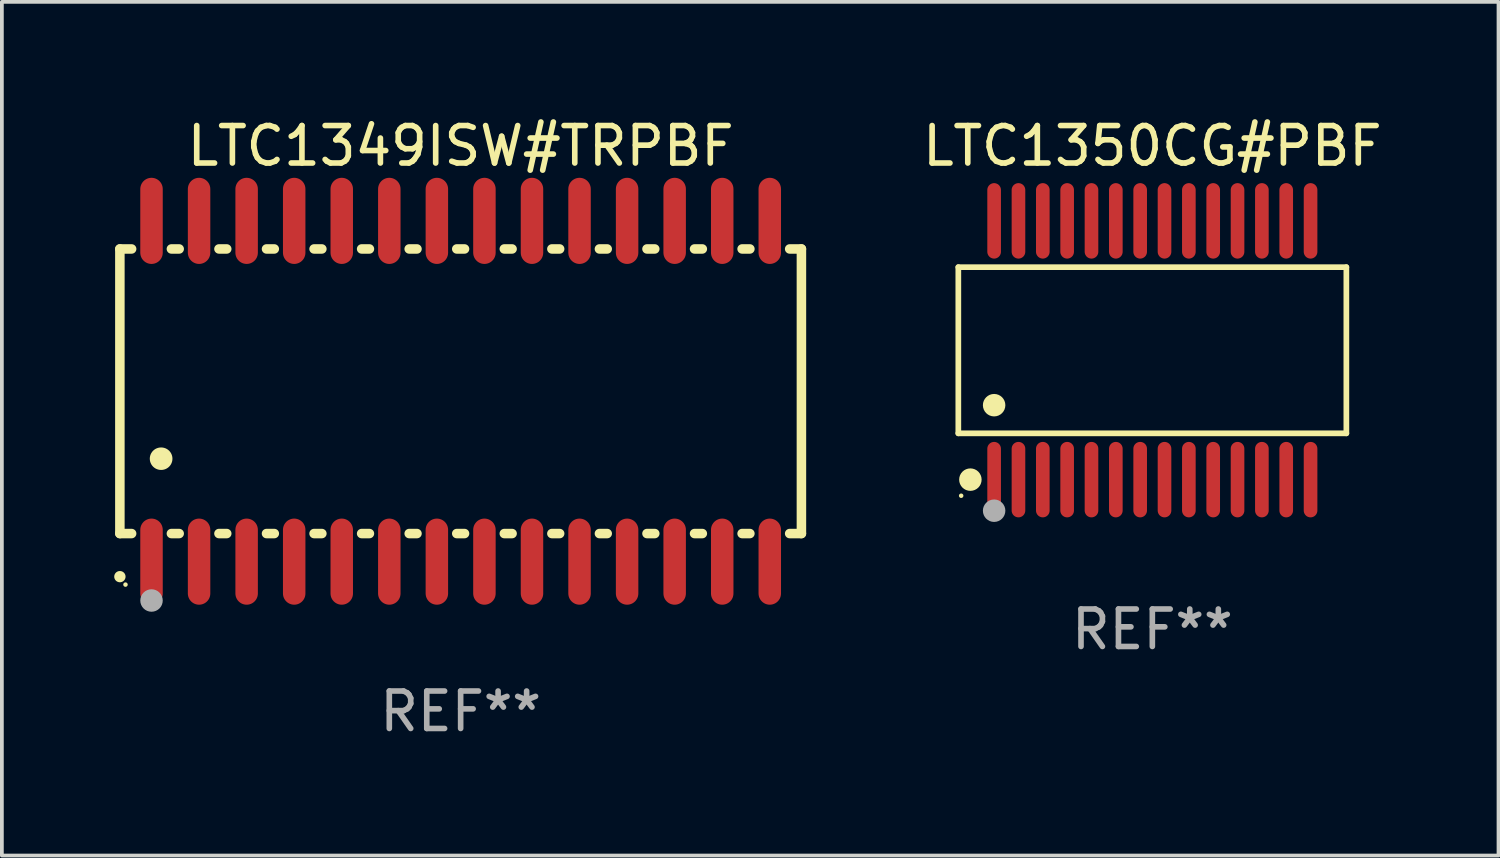
<source format=kicad_pcb>
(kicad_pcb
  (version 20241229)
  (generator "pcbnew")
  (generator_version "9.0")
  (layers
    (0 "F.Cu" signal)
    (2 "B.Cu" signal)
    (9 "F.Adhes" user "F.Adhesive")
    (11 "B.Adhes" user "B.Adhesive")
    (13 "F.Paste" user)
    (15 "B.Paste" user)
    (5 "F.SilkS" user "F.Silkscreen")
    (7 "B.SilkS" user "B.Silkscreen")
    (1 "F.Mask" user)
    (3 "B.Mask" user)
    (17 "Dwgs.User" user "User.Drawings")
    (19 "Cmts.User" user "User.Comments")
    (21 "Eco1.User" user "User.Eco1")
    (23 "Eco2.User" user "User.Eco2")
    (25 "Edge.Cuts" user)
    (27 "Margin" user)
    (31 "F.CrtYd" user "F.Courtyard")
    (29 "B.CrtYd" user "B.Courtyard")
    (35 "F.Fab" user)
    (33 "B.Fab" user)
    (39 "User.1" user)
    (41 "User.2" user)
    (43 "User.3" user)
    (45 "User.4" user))
  (footprint "LTC1349ISW#TRPBF"
    (layer "F.Cu")
    (at 9.251 7.398)
    (property "Reference" "LTC1349ISW#TRPBF" (at 0 -6.55 0) (layer "F.SilkS") (effects (font (size 1 1) (thickness 0.15))))
    (attr through_hole)
    (fp_line (start -9.1 -3.8) (end -9.1 3.8) (stroke (width 0.254) (type solid)) (layer "F.SilkS"))
    (fp_line (start -9.1 -3.8) (end -8.786 -3.8) (stroke (width 0.254) (type solid)) (layer "F.SilkS"))
    (fp_line (start -9.1 3.8) (end -8.786 3.8) (stroke (width 0.254) (type solid)) (layer "F.SilkS"))
    (fp_line (start -7.724 -3.8) (end -7.516 -3.8) (stroke (width 0.254) (type solid)) (layer "F.SilkS"))
    (fp_line (start -7.724 3.8) (end -7.516 3.8) (stroke (width 0.254) (type solid)) (layer "F.SilkS"))
    (fp_line (start -6.454 -3.8) (end -6.246 -3.8) (stroke (width 0.254) (type solid)) (layer "F.SilkS"))
    (fp_line (start -6.454 3.8) (end -6.246 3.8) (stroke (width 0.254) (type solid)) (layer "F.SilkS"))
    (fp_line (start -5.184 -3.8) (end -4.976 -3.8) (stroke (width 0.254) (type solid)) (layer "F.SilkS"))
    (fp_line (start -5.184 3.8) (end -4.976 3.8) (stroke (width 0.254) (type solid)) (layer "F.SilkS"))
    (fp_line (start -3.914 -3.8) (end -3.706 -3.8) (stroke (width 0.254) (type solid)) (layer "F.SilkS"))
    (fp_line (start -3.914 3.8) (end -3.706 3.8) (stroke (width 0.254) (type solid)) (layer "F.SilkS"))
    (fp_line (start -2.644 -3.8) (end -2.436 -3.8) (stroke (width 0.254) (type solid)) (layer "F.SilkS"))
    (fp_line (start -2.644 3.8) (end -2.436 3.8) (stroke (width 0.254) (type solid)) (layer "F.SilkS"))
    (fp_line (start -1.374 -3.8) (end -1.166 -3.8) (stroke (width 0.254) (type solid)) (layer "F.SilkS"))
    (fp_line (start -1.374 3.8) (end -1.166 3.8) (stroke (width 0.254) (type solid)) (layer "F.SilkS"))
    (fp_line (start -0.104 -3.8) (end 0.104 -3.8) (stroke (width 0.254) (type solid)) (layer "F.SilkS"))
    (fp_line (start -0.104 3.8) (end 0.104 3.8) (stroke (width 0.254) (type solid)) (layer "F.SilkS"))
    (fp_line (start 1.166 -3.8) (end 1.374 -3.8) (stroke (width 0.254) (type solid)) (layer "F.SilkS"))
    (fp_line (start 1.166 3.8) (end 1.374 3.8) (stroke (width 0.254) (type solid)) (layer "F.SilkS"))
    (fp_line (start 2.436 -3.8) (end 2.644 -3.8) (stroke (width 0.254) (type solid)) (layer "F.SilkS"))
    (fp_line (start 2.436 3.8) (end 2.644 3.8) (stroke (width 0.254) (type solid)) (layer "F.SilkS"))
    (fp_line (start 3.706 -3.8) (end 3.914 -3.8) (stroke (width 0.254) (type solid)) (layer "F.SilkS"))
    (fp_line (start 3.706 3.8) (end 3.914 3.8) (stroke (width 0.254) (type solid)) (layer "F.SilkS"))
    (fp_line (start 4.976 -3.8) (end 5.184 -3.8) (stroke (width 0.254) (type solid)) (layer "F.SilkS"))
    (fp_line (start 4.976 3.8) (end 5.184 3.8) (stroke (width 0.254) (type solid)) (layer "F.SilkS"))
    (fp_line (start 6.246 -3.8) (end 6.454 -3.8) (stroke (width 0.254) (type solid)) (layer "F.SilkS"))
    (fp_line (start 6.246 3.8) (end 6.454 3.8) (stroke (width 0.254) (type solid)) (layer "F.SilkS"))
    (fp_line (start 7.516 -3.8) (end 7.724 -3.8) (stroke (width 0.254) (type solid)) (layer "F.SilkS"))
    (fp_line (start 7.516 3.8) (end 7.724 3.8) (stroke (width 0.254) (type solid)) (layer "F.SilkS"))
    (fp_line (start 8.786 -3.8) (end 9.1 -3.8) (stroke (width 0.254) (type solid)) (layer "F.SilkS"))
    (fp_line (start 8.786 3.8) (end 9.1 3.8) (stroke (width 0.254) (type solid)) (layer "F.SilkS"))
    (fp_line (start 9.1 -3.8) (end 9.1 3.8) (stroke (width 0.254) (type solid)) (layer "F.SilkS"))
    (fp_arc (start -9.100864 4.95047) (mid -9.099594 4.950465) (end -9.098324 4.95047) (stroke (width 0.3) (type solid)) (layer "F.SilkS"))
    (fp_arc (start -8.001041 1.800864) (mid -7.998501 1.800853) (end -7.995961 1.800864) (stroke (width 0.6) (type solid)) (layer "F.SilkS"))
    (fp_circle (center -8.95 5.163) (end -8.92 5.163) (stroke (width 0.06) (type solid)) (fill no) (layer "F.SilkS"))
    (fp_circle (center -8.255 5.588) (end -8.105 5.588) (stroke (width 0.3) (type solid)) (fill no) (layer "F.Fab"))
    (fp_text user "REF**" (at 0 8.55 0) (layer "F.Fab") (effects (font (size 1 1) (thickness 0.15))))
    (pad "1" smd oval (at -8.255 4.55 180) (size 0.6 2.3) (layers "F.Cu" "F.Mask" "F.Paste"))
    (pad "2" smd oval (at -6.985 4.55 180) (size 0.6 2.3) (layers "F.Cu" "F.Mask" "F.Paste"))
    (pad "3" smd oval (at -5.715 4.55 180) (size 0.6 2.3) (layers "F.Cu" "F.Mask" "F.Paste"))
    (pad "4" smd oval (at -4.445 4.55 180) (size 0.6 2.3) (layers "F.Cu" "F.Mask" "F.Paste"))
    (pad "5" smd oval (at -3.175 4.55 180) (size 0.6 2.3) (layers "F.Cu" "F.Mask" "F.Paste"))
    (pad "6" smd oval (at -1.905 4.55 180) (size 0.6 2.3) (layers "F.Cu" "F.Mask" "F.Paste"))
    (pad "7" smd oval (at -0.635 4.55 180) (size 0.6 2.3) (layers "F.Cu" "F.Mask" "F.Paste"))
    (pad "8" smd oval (at 0.635 4.55 180) (size 0.6 2.3) (layers "F.Cu" "F.Mask" "F.Paste"))
    (pad "9" smd oval (at 1.905 4.55 180) (size 0.6 2.3) (layers "F.Cu" "F.Mask" "F.Paste"))
    (pad "10" smd oval (at 3.175 4.55 180) (size 0.6 2.3) (layers "F.Cu" "F.Mask" "F.Paste"))
    (pad "11" smd oval (at 4.445 4.55 180) (size 0.6 2.3) (layers "F.Cu" "F.Mask" "F.Paste"))
    (pad "12" smd oval (at 5.715 4.55 180) (size 0.6 2.3) (layers "F.Cu" "F.Mask" "F.Paste"))
    (pad "13" smd oval (at 6.985 4.55 180) (size 0.6 2.3) (layers "F.Cu" "F.Mask" "F.Paste"))
    (pad "14" smd oval (at 8.255 4.55 180) (size 0.6 2.3) (layers "F.Cu" "F.Mask" "F.Paste"))
    (pad "15" smd oval (at 8.255 -4.55 180) (size 0.6 2.3) (layers "F.Cu" "F.Mask" "F.Paste"))
    (pad "16" smd oval (at 6.985 -4.55 180) (size 0.6 2.3) (layers "F.Cu" "F.Mask" "F.Paste"))
    (pad "17" smd oval (at 5.715 -4.55 180) (size 0.6 2.3) (layers "F.Cu" "F.Mask" "F.Paste"))
    (pad "18" smd oval (at 4.445 -4.55 180) (size 0.6 2.3) (layers "F.Cu" "F.Mask" "F.Paste"))
    (pad "19" smd oval (at 3.175 -4.55 180) (size 0.6 2.3) (layers "F.Cu" "F.Mask" "F.Paste"))
    (pad "20" smd oval (at 1.905 -4.55 180) (size 0.6 2.3) (layers "F.Cu" "F.Mask" "F.Paste"))
    (pad "21" smd oval (at 0.635 -4.55 180) (size 0.6 2.3) (layers "F.Cu" "F.Mask" "F.Paste"))
    (pad "22" smd oval (at -0.635 -4.55 180) (size 0.6 2.3) (layers "F.Cu" "F.Mask" "F.Paste"))
    (pad "23" smd oval (at -1.905 -4.55 180) (size 0.6 2.3) (layers "F.Cu" "F.Mask" "F.Paste"))
    (pad "24" smd oval (at -3.175 -4.55 180) (size 0.6 2.3) (layers "F.Cu" "F.Mask" "F.Paste"))
    (pad "25" smd oval (at -4.445 -4.55 180) (size 0.6 2.3) (layers "F.Cu" "F.Mask" "F.Paste"))
    (pad "26" smd oval (at -5.715 -4.55 180) (size 0.6 2.3) (layers "F.Cu" "F.Mask" "F.Paste"))
    (pad "27" smd oval (at -6.985 -4.55 180) (size 0.6 2.3) (layers "F.Cu" "F.Mask" "F.Paste"))
    (pad "28" smd oval (at -8.255 -4.55 180) (size 0.6 2.3) (layers "F.Cu" "F.Mask" "F.Paste")))
  (footprint "LTC1350CG#PBF"
    (layer "F.Cu")
    (at 27.722 6.303)
    (property "Reference" "LTC1350CG#PBF" (at 0 -5.455 0) (layer "F.SilkS") (effects (font (size 1 1) (thickness 0.15))))
    (attr through_hole)
    (fp_line (start -5.181 -2.219) (end 5.181 -2.219) (stroke (width 0.152) (type solid)) (layer "F.SilkS"))
    (fp_line (start -5.181 2.219) (end -5.181 -2.219) (stroke (width 0.152) (type solid)) (layer "F.SilkS"))
    (fp_line (start 5.181 -2.219) (end 5.181 2.219) (stroke (width 0.152) (type solid)) (layer "F.SilkS"))
    (fp_line (start 5.181 2.219) (end -5.181 2.219) (stroke (width 0.152) (type solid)) (layer "F.SilkS"))
    (fp_circle (center -5.105 3.885) (end -5.075 3.885) (stroke (width 0.06) (type solid)) (fill no) (layer "F.SilkS"))
    (fp_circle (center -4.859 3.455) (end -4.709 3.455) (stroke (width 0.3) (type solid)) (fill no) (layer "F.SilkS"))
    (fp_circle (center -4.225 1.467) (end -4.075 1.467) (stroke (width 0.3) (type solid)) (fill no) (layer "F.SilkS"))
    (fp_circle (center -4.225 4.285) (end -4.075 4.285) (stroke (width 0.3) (type solid)) (fill no) (layer "F.Fab"))
    (fp_text user "REF**" (at 0 7.455 0) (layer "F.Fab") (effects (font (size 1 1) (thickness 0.15))))
    (pad "1" smd oval (at -4.225 3.455) (size 0.364 2.015) (layers "F.Cu" "F.Mask" "F.Paste"))
    (pad "2" smd oval (at -3.575 3.455) (size 0.364 2.015) (layers "F.Cu" "F.Mask" "F.Paste"))
    (pad "3" smd oval (at -2.925 3.455) (size 0.364 2.015) (layers "F.Cu" "F.Mask" "F.Paste"))
    (pad "4" smd oval (at -2.275 3.455) (size 0.364 2.015) (layers "F.Cu" "F.Mask" "F.Paste"))
    (pad "5" smd oval (at -1.625 3.455) (size 0.364 2.015) (layers "F.Cu" "F.Mask" "F.Paste"))
    (pad "6" smd oval (at -0.975 3.455) (size 0.364 2.015) (layers "F.Cu" "F.Mask" "F.Paste"))
    (pad "7" smd oval (at -0.325 3.455) (size 0.364 2.015) (layers "F.Cu" "F.Mask" "F.Paste"))
    (pad "8" smd oval (at 0.325 3.455) (size 0.364 2.015) (layers "F.Cu" "F.Mask" "F.Paste"))
    (pad "9" smd oval (at 0.975 3.455) (size 0.364 2.015) (layers "F.Cu" "F.Mask" "F.Paste"))
    (pad "10" smd oval (at 1.625 3.455) (size 0.364 2.015) (layers "F.Cu" "F.Mask" "F.Paste"))
    (pad "11" smd oval (at 2.275 3.455) (size 0.364 2.015) (layers "F.Cu" "F.Mask" "F.Paste"))
    (pad "12" smd oval (at 2.925 3.455) (size 0.364 2.015) (layers "F.Cu" "F.Mask" "F.Paste"))
    (pad "13" smd oval (at 3.575 3.455) (size 0.364 2.015) (layers "F.Cu" "F.Mask" "F.Paste"))
    (pad "14" smd oval (at 4.225 3.455) (size 0.364 2.015) (layers "F.Cu" "F.Mask" "F.Paste"))
    (pad "15" smd oval (at 4.225 -3.455) (size 0.364 2.015) (layers "F.Cu" "F.Mask" "F.Paste"))
    (pad "16" smd oval (at 3.575 -3.455) (size 0.364 2.015) (layers "F.Cu" "F.Mask" "F.Paste"))
    (pad "17" smd oval (at 2.925 -3.455) (size 0.364 2.015) (layers "F.Cu" "F.Mask" "F.Paste"))
    (pad "18" smd oval (at 2.275 -3.455) (size 0.364 2.015) (layers "F.Cu" "F.Mask" "F.Paste"))
    (pad "19" smd oval (at 1.625 -3.455) (size 0.364 2.015) (layers "F.Cu" "F.Mask" "F.Paste"))
    (pad "20" smd oval (at 0.975 -3.455) (size 0.364 2.015) (layers "F.Cu" "F.Mask" "F.Paste"))
    (pad "21" smd oval (at 0.325 -3.455) (size 0.364 2.015) (layers "F.Cu" "F.Mask" "F.Paste"))
    (pad "22" smd oval (at -0.325 -3.455) (size 0.364 2.015) (layers "F.Cu" "F.Mask" "F.Paste"))
    (pad "23" smd oval (at -0.975 -3.455) (size 0.364 2.015) (layers "F.Cu" "F.Mask" "F.Paste"))
    (pad "24" smd oval (at -1.625 -3.455) (size 0.364 2.015) (layers "F.Cu" "F.Mask" "F.Paste"))
    (pad "25" smd oval (at -2.275 -3.455) (size 0.364 2.015) (layers "F.Cu" "F.Mask" "F.Paste"))
    (pad "26" smd oval (at -2.925 -3.455) (size 0.364 2.015) (layers "F.Cu" "F.Mask" "F.Paste"))
    (pad "27" smd oval (at -3.575 -3.455) (size 0.364 2.015) (layers "F.Cu" "F.Mask" "F.Paste"))
    (pad "28" smd oval (at -4.225 -3.455) (size 0.364 2.015) (layers "F.Cu" "F.Mask" "F.Paste")))
  (gr_rect
    (start -3 -3)
    (end 36.966 19.796)
    (stroke (width 0.1) (type default))
    (fill no)
    (layer "Edge.Cuts")))
</source>
